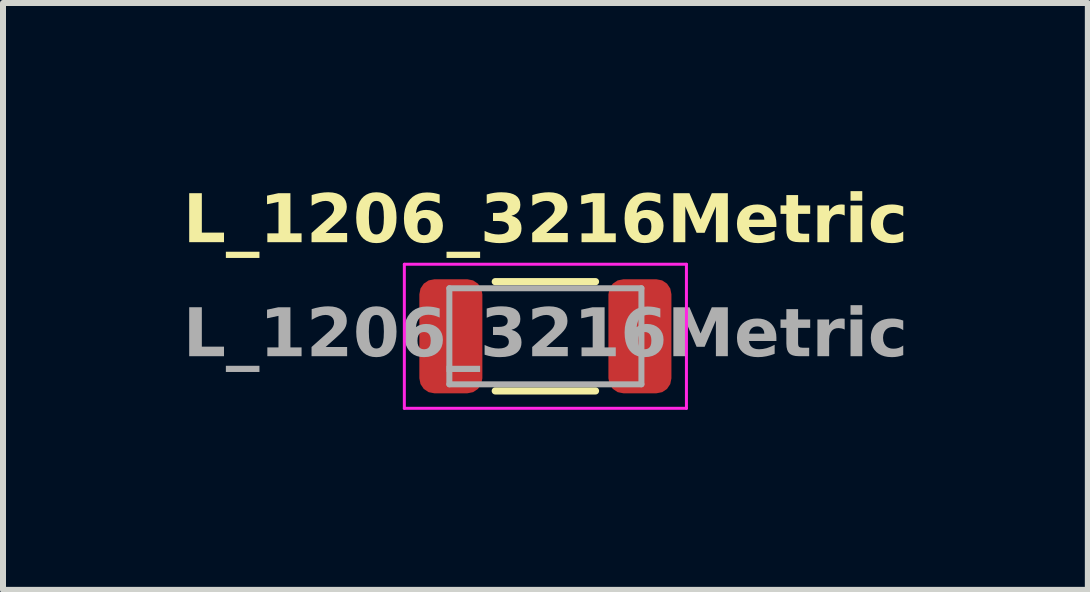
<source format=kicad_pcb>
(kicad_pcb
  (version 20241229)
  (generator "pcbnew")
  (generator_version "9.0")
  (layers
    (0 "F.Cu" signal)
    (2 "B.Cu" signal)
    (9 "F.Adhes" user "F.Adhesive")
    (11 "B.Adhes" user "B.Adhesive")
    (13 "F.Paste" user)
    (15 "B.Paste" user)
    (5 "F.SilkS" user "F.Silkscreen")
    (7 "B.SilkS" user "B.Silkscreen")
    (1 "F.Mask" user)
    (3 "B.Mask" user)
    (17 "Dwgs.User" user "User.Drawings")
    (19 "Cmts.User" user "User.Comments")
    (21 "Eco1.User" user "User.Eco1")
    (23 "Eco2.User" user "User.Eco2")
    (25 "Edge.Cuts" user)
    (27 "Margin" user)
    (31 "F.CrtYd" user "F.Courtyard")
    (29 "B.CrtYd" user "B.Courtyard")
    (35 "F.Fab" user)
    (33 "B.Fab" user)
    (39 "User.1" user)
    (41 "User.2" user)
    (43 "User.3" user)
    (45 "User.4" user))
  (footprint "L_1206_3216Metric"
    (layer "F.Cu")
    (at 6.037 2.553)
    (property "Reference" "L_1206_3216Metric" (at 0 -1.9 0) (layer "F.SilkS") (effects (font (face "JetBrains Mono SemiBold") (size 0.8 0.8) (thickness 0.1))))
    (attr smd)
    (fp_line (start -0.835 -0.91) (end 0.835 -0.91) (stroke (width 0.12) (type solid)) (layer "F.SilkS"))
    (fp_line (start -0.835 0.91) (end 0.835 0.91) (stroke (width 0.12) (type solid)) (layer "F.SilkS"))
    (fp_line (start -2.35 -1.2) (end 2.35 -1.2) (stroke (width 0.05) (type solid)) (layer "F.CrtYd"))
    (fp_line (start -2.35 1.2) (end -2.35 -1.2) (stroke (width 0.05) (type solid)) (layer "F.CrtYd"))
    (fp_line (start 2.35 -1.2) (end 2.35 1.2) (stroke (width 0.05) (type solid)) (layer "F.CrtYd"))
    (fp_line (start 2.35 1.2) (end -2.35 1.2) (stroke (width 0.05) (type solid)) (layer "F.CrtYd"))
    (fp_line (start -1.6 -0.8) (end 1.6 -0.8) (stroke (width 0.1) (type solid)) (layer "F.Fab"))
    (fp_line (start -1.6 0.8) (end -1.6 -0.8) (stroke (width 0.1) (type solid)) (layer "F.Fab"))
    (fp_line (start 1.6 -0.8) (end 1.6 0.8) (stroke (width 0.1) (type solid)) (layer "F.Fab"))
    (fp_line (start 1.6 0.8) (end -1.6 0.8) (stroke (width 0.1) (type solid)) (layer "F.Fab"))
    (fp_text user "${REFERENCE}" (at 0 0 0) (layer "F.Fab") (effects (font (face "JetBrains Mono SemiBold") (size 0.8 0.8) (thickness 0.12))))
    (pad "1" smd roundrect (at -1.575 0) (size 1.05 1.9) (layers "F.Cu" "F.Mask" "F.Paste") (roundrect_rratio 0.238))
    (pad "2" smd roundrect (at 1.575 0) (size 1.05 1.9) (layers "F.Cu" "F.Mask" "F.Paste") (roundrect_rratio 0.238)))
  (gr_rect
    (start -3 -3)
    (end 15.075 6.778)
    (stroke (width 0.1) (type default))
    (fill no)
    (layer "Edge.Cuts")))
</source>
